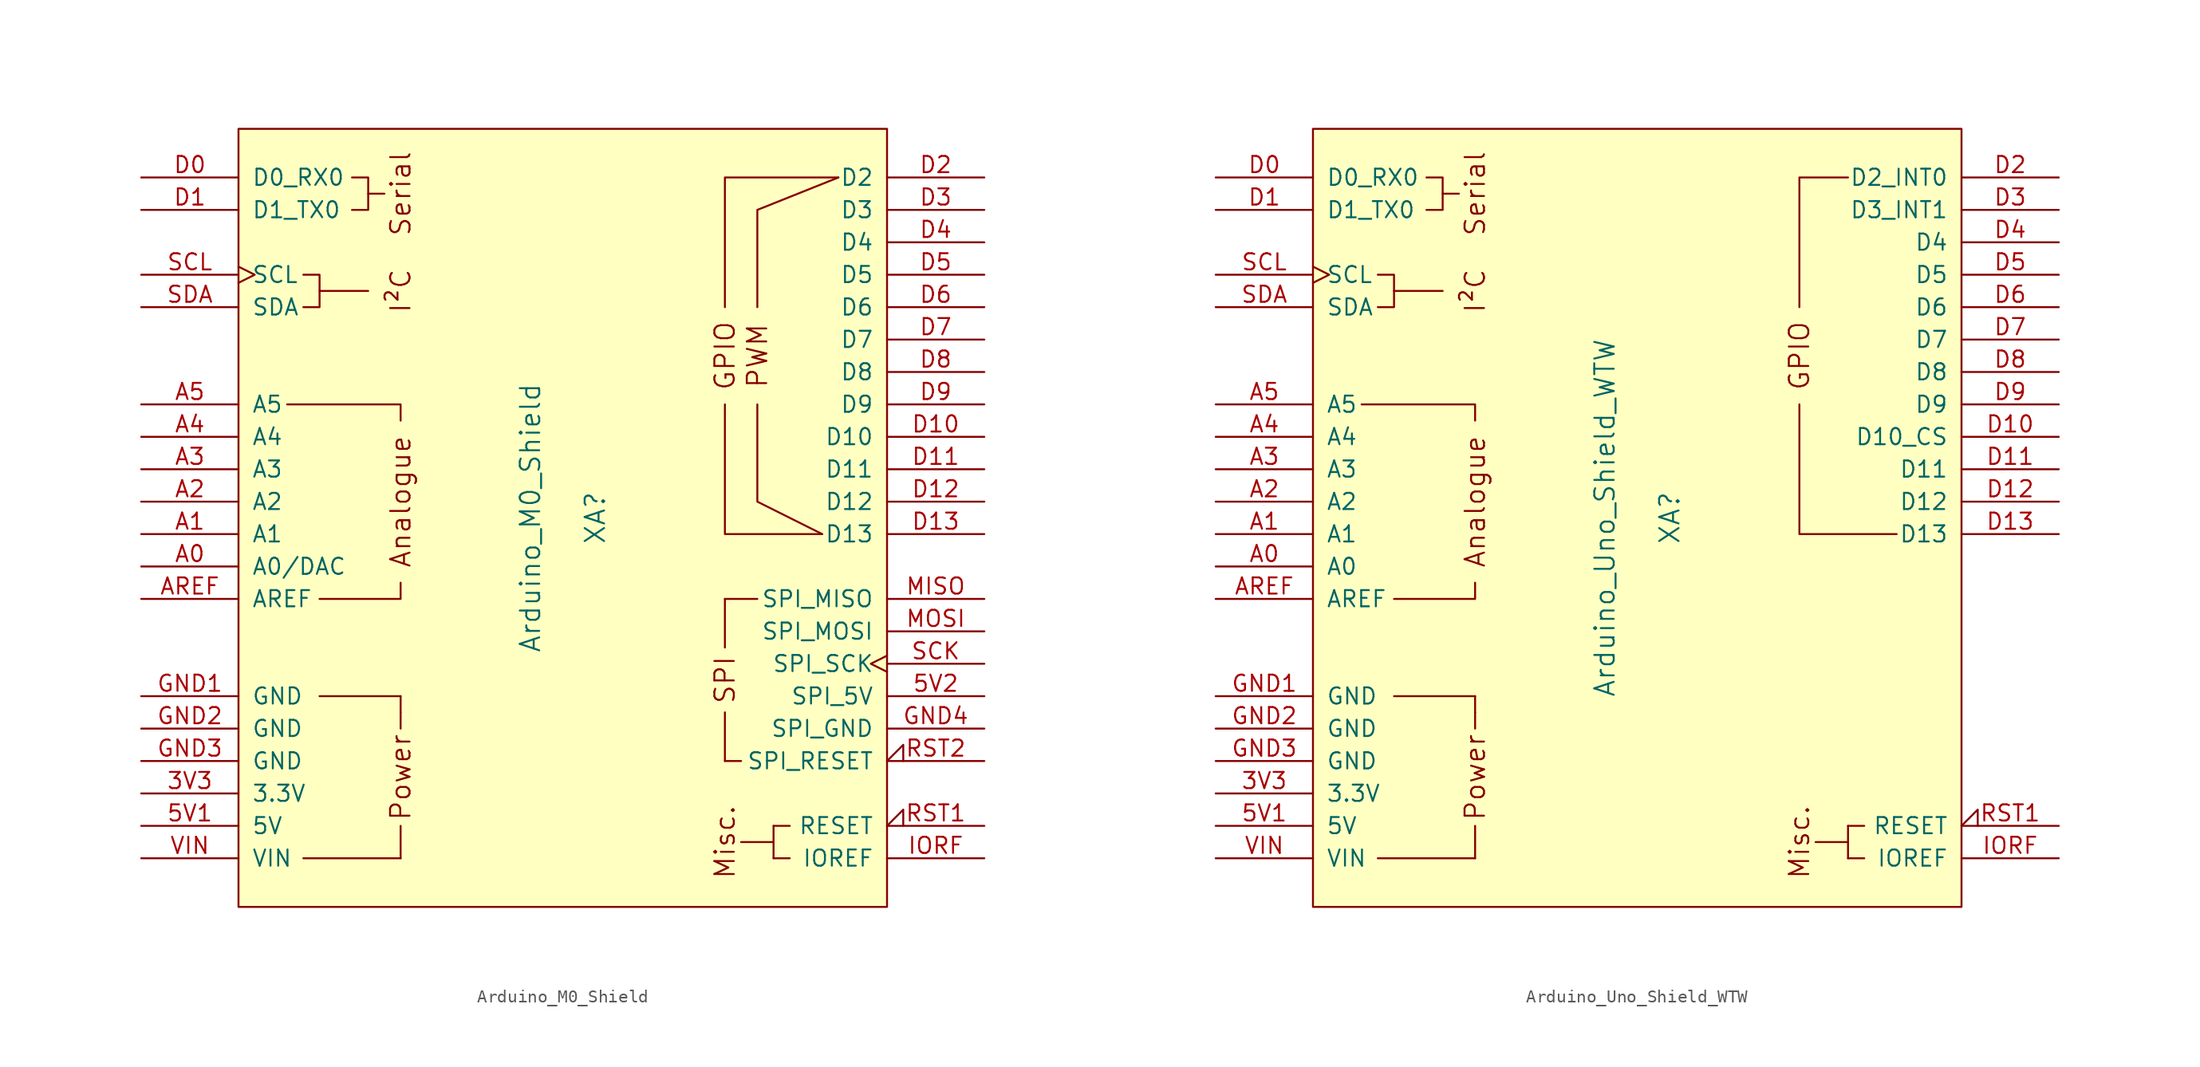
<source format=kicad_sym>
(kicad_symbol_lib
  (version 20211014)
  (generator kicad_symbol_editor)
  (symbol "Arduino_M0_Shield"
    (pin_names
      (offset 1.016))
    (property "Reference" "XA"
      (at 2.54 0 90)
      (effects (font (size 1.524 1.524))))
    (property "Value" "Arduino_M0_Shield"
      (at -2.54 0 90)
      (effects (font (size 1.524 1.524))))
    (symbol "Arduino_M0_Shield_0_0"
      (rectangle (start -25.4 30.48) (end 25.4 -30.48) (stroke (width 0) (type default) (color 0 0 0 0)) (fill (type background)))
      (rectangle (start -20.32 -26.67) (end -12.7 -26.67) (stroke (width 0) (type default) (color 0 0 0 0)) (fill (type none)))
      (rectangle (start -19.05 -13.97) (end -12.7 -13.97) (stroke (width 0) (type default) (color 0 0 0 0)) (fill (type none)))
      (polyline (pts (xy -19.05 17.78) (xy -15.24 17.78)) (stroke (width 0) (type default) (color 0 0 0 0)) (fill (type none)))
      (polyline (pts (xy -15.24 25.4) (xy -13.97 25.4)) (stroke (width 0) (type default) (color 0 0 0 0)) (fill (type none)))
      (polyline (pts (xy -12.7 -26.67) (xy -12.7 -24.13)) (stroke (width 0) (type default) (color 0 0 0 0)) (fill (type none)))
      (polyline (pts (xy -12.7 -15.24) (xy -12.7 -16.51)) (stroke (width 0) (type default) (color 0 0 0 0)) (fill (type none)))
      (polyline (pts (xy -12.7 -13.97) (xy -12.7 -15.24)) (stroke (width 0) (type default) (color 0 0 0 0)) (fill (type none)))
      (polyline (pts (xy -12.7 -5.08) (xy -12.7 -6.35) (xy -19.05 -6.35)) (stroke (width 0) (type default) (color 0 0 0 0)) (fill (type none)))
      (polyline (pts (xy -12.7 7.62) (xy -12.7 8.89) (xy -21.59 8.89)) (stroke (width 0) (type default) (color 0 0 0 0)) (fill (type none)))
      (polyline (pts (xy 12.7 8.89) (xy 12.7 -1.27) (xy 20.32 -1.27)) (stroke (width 0) (type default) (color 0 0 0 0)) (fill (type none)))
      (polyline (pts (xy 12.7 16.51) (xy 12.7 26.67) (xy 21.59 26.67)) (stroke (width 0) (type default) (color 0 0 0 0)) (fill (type none)))
      (polyline (pts (xy 15.24 8.89) (xy 15.24 1.27) (xy 20.32 -1.27)) (stroke (width 0) (type default) (color 0 0 0 0)) (fill (type none)))
      (polyline (pts (xy 15.24 16.51) (xy 15.24 24.13) (xy 21.59 26.67)) (stroke (width 0) (type default) (color 0 0 0 0)) (fill (type none)))
      (polyline (pts (xy -20.32 19.05) (xy -19.05 19.05) (xy -19.05 16.51) (xy -20.32 16.51)) (stroke (width 0) (type default) (color 0 0 0 0)) (fill (type none)))
      (polyline (pts (xy -16.51 26.67) (xy -15.24 26.67) (xy -15.24 24.13) (xy -16.51 24.13)) (stroke (width 0) (type default) (color 0 0 0 0)) (fill (type none)))
      (rectangle (start 12.7 -19.05) (end 12.7 -15.24) (stroke (width 0) (type default) (color 0 0 0 0)) (fill (type none)))
      (rectangle (start 12.7 -10.16) (end 12.7 -6.35) (stroke (width 0) (type default) (color 0 0 0 0)) (fill (type none)))
      (rectangle (start 13.97 -19.05) (end 12.7 -19.05) (stroke (width 0) (type default) (color 0 0 0 0)) (fill (type none)))
      (rectangle (start 15.24 -6.35) (end 12.7 -6.35) (stroke (width 0) (type default) (color 0 0 0 0)) (fill (type none)))
      (rectangle (start 16.51 -25.4) (end 13.97 -25.4) (stroke (width 0) (type default) (color 0 0 0 0)) (fill (type none)))
      (rectangle (start 16.51 -24.13) (end 16.51 -26.67) (stroke (width 0) (type default) (color 0 0 0 0)) (fill (type none)))
      (rectangle (start 17.78 -26.67) (end 16.51 -26.67) (stroke (width 0) (type default) (color 0 0 0 0)) (fill (type none)))
      (rectangle (start 17.78 -24.13) (end 16.51 -24.13) (stroke (width 0) (type default) (color 0 0 0 0)) (fill (type none)))
      (text "Analogue" (at -12.7 1.27 900) (effects (font (size 1.524 1.524))))
      (text "I²C" (at -12.7 17.78 900) (effects (font (size 1.524 1.524))))
      (text "Misc." (at 12.7 -25.4 900) (effects (font (size 1.524 1.524))))
      (text "Power" (at -12.7 -20.32 900) (effects (font (size 1.524 1.524))))
      (text "PWM" (at 15.24 12.7 900) (effects (font (size 1.524 1.524))))
      (text "Serial" (at -12.7 25.4 900) (effects (font (size 1.524 1.524))))
      (text "SPI" (at 12.7 -12.7 900) (effects (font (size 1.524 1.524)))))
    (symbol "Arduino_M0_Shield_1_0"
      (text "GPIO" (at 12.7 12.7 900) (effects (font (size 1.524 1.524)))))
    (symbol "Arduino_M0_Shield_1_1"
      (pin power_in line (at -33.02 -21.59 0) (length 7.62) (name "3.3V" (effects (font (size 1.27 1.27)))) (number "3V3" (effects (font (size 1.27 1.27)))))
      (pin power_in line (at -33.02 -24.13 0) (length 7.62) (name "5V" (effects (font (size 1.27 1.27)))) (number "5V1" (effects (font (size 1.27 1.27)))))
      (pin power_in line (at 33.02 -13.97 180) (length 7.62) (name "SPI_5V" (effects (font (size 1.27 1.27)))) (number "5V2" (effects (font (size 1.27 1.27)))))
      (pin bidirectional line (at -33.02 -3.81 0) (length 7.62) (name "A0/DAC" (effects (font (size 1.27 1.27)))) (number "A0" (effects (font (size 1.27 1.27)))))
      (pin bidirectional line (at -33.02 -1.27 0) (length 7.62) (name "A1" (effects (font (size 1.27 1.27)))) (number "A1" (effects (font (size 1.27 1.27)))))
      (pin bidirectional line (at -33.02 1.27 0) (length 7.62) (name "A2" (effects (font (size 1.27 1.27)))) (number "A2" (effects (font (size 1.27 1.27)))))
      (pin bidirectional line (at -33.02 3.81 0) (length 7.62) (name "A3" (effects (font (size 1.27 1.27)))) (number "A3" (effects (font (size 1.27 1.27)))))
      (pin bidirectional line (at -33.02 6.35 0) (length 7.62) (name "A4" (effects (font (size 1.27 1.27)))) (number "A4" (effects (font (size 1.27 1.27)))))
      (pin bidirectional line (at -33.02 8.89 0) (length 7.62) (name "A5" (effects (font (size 1.27 1.27)))) (number "A5" (effects (font (size 1.27 1.27)))))
      (pin input line (at -33.02 -6.35 0) (length 7.62) (name "AREF" (effects (font (size 1.27 1.27)))) (number "AREF" (effects (font (size 1.27 1.27)))))
      (pin bidirectional line (at -33.02 26.67 0) (length 7.62) (name "D0_RX0" (effects (font (size 1.27 1.27)))) (number "D0" (effects (font (size 1.27 1.27)))))
      (pin bidirectional line (at -33.02 24.13 0) (length 7.62) (name "D1_TX0" (effects (font (size 1.27 1.27)))) (number "D1" (effects (font (size 1.27 1.27)))))
      (pin bidirectional line (at 33.02 6.35 180) (length 7.62) (name "D10" (effects (font (size 1.27 1.27)))) (number "D10" (effects (font (size 1.27 1.27)))))
      (pin bidirectional line (at 33.02 3.81 180) (length 7.62) (name "D11" (effects (font (size 1.27 1.27)))) (number "D11" (effects (font (size 1.27 1.27)))))
      (pin bidirectional line (at 33.02 1.27 180) (length 7.62) (name "D12" (effects (font (size 1.27 1.27)))) (number "D12" (effects (font (size 1.27 1.27)))))
      (pin bidirectional line (at 33.02 -1.27 180) (length 7.62) (name "D13" (effects (font (size 1.27 1.27)))) (number "D13" (effects (font (size 1.27 1.27)))))
      (pin bidirectional line (at 33.02 26.67 180) (length 7.62) (name "D2" (effects (font (size 1.27 1.27)))) (number "D2" (effects (font (size 1.27 1.27)))))
      (pin bidirectional line (at 33.02 24.13 180) (length 7.62) (name "D3" (effects (font (size 1.27 1.27)))) (number "D3" (effects (font (size 1.27 1.27)))))
      (pin bidirectional line (at 33.02 21.59 180) (length 7.62) (name "D4" (effects (font (size 1.27 1.27)))) (number "D4" (effects (font (size 1.27 1.27)))))
      (pin bidirectional line (at 33.02 19.05 180) (length 7.62) (name "D5" (effects (font (size 1.27 1.27)))) (number "D5" (effects (font (size 1.27 1.27)))))
      (pin bidirectional line (at 33.02 16.51 180) (length 7.62) (name "D6" (effects (font (size 1.27 1.27)))) (number "D6" (effects (font (size 1.27 1.27)))))
      (pin bidirectional line (at 33.02 13.97 180) (length 7.62) (name "D7" (effects (font (size 1.27 1.27)))) (number "D7" (effects (font (size 1.27 1.27)))))
      (pin bidirectional line (at 33.02 11.43 180) (length 7.62) (name "D8" (effects (font (size 1.27 1.27)))) (number "D8" (effects (font (size 1.27 1.27)))))
      (pin bidirectional line (at 33.02 8.89 180) (length 7.62) (name "D9" (effects (font (size 1.27 1.27)))) (number "D9" (effects (font (size 1.27 1.27)))))
      (pin power_in line (at -33.02 -13.97 0) (length 7.62) (name "GND" (effects (font (size 1.27 1.27)))) (number "GND1" (effects (font (size 1.27 1.27)))))
      (pin power_in line (at -33.02 -16.51 0) (length 7.62) (name "GND" (effects (font (size 1.27 1.27)))) (number "GND2" (effects (font (size 1.27 1.27)))))
      (pin power_in line (at -33.02 -19.05 0) (length 7.62) (name "GND" (effects (font (size 1.27 1.27)))) (number "GND3" (effects (font (size 1.27 1.27)))))
      (pin power_in line (at 33.02 -16.51 180) (length 7.62) (name "SPI_GND" (effects (font (size 1.27 1.27)))) (number "GND4" (effects (font (size 1.27 1.27)))))
      (pin output line (at 33.02 -26.67 180) (length 7.62) (name "IOREF" (effects (font (size 1.27 1.27)))) (number "IORF" (effects (font (size 1.27 1.27)))))
      (pin input line (at 33.02 -6.35 180) (length 7.62) (name "SPI_MISO" (effects (font (size 1.27 1.27)))) (number "MISO" (effects (font (size 1.27 1.27)))))
      (pin output line (at 33.02 -8.89 180) (length 7.62) (name "SPI_MOSI" (effects (font (size 1.27 1.27)))) (number "MOSI" (effects (font (size 1.27 1.27)))))
      (pin open_collector input_low (at 33.02 -24.13 180) (length 7.62) (name "RESET" (effects (font (size 1.27 1.27)))) (number "RST1" (effects (font (size 1.27 1.27)))))
      (pin open_collector input_low (at 33.02 -19.05 180) (length 7.62) (name "SPI_RESET" (effects (font (size 1.27 1.27)))) (number "RST2" (effects (font (size 1.27 1.27)))))
      (pin output clock (at 33.02 -11.43 180) (length 7.62) (name "SPI_SCK" (effects (font (size 1.27 1.27)))) (number "SCK" (effects (font (size 1.27 1.27)))))
      (pin bidirectional clock (at -33.02 19.05 0) (length 7.62) (name "SCL" (effects (font (size 1.27 1.27)))) (number "SCL" (effects (font (size 1.27 1.27)))))
      (pin bidirectional line (at -33.02 16.51 0) (length 7.62) (name "SDA" (effects (font (size 1.27 1.27)))) (number "SDA" (effects (font (size 1.27 1.27)))))
      (pin power_in line (at -33.02 -26.67 0) (length 7.62) (name "VIN" (effects (font (size 1.27 1.27)))) (number "VIN" (effects (font (size 1.27 1.27)))))))
  (symbol "Arduino_Uno_Shield_WTW"
    (pin_names
      (offset 1.016))
    (property "Reference" "XA"
      (at 2.54 0 90)
      (effects (font (size 1.524 1.524))))
    (property "Value" "Arduino_Uno_Shield_WTW"
      (at -2.54 0 90)
      (effects (font (size 1.524 1.524))))
    (symbol "Arduino_Uno_Shield_WTW_0_0"
      (rectangle (start -25.4 30.48) (end 25.4 -30.48) (stroke (width 0) (type default) (color 0 0 0 0)) (fill (type background)))
      (rectangle (start -20.32 -26.67) (end -12.7 -26.67) (stroke (width 0) (type default) (color 0 0 0 0)) (fill (type none)))
      (rectangle (start -19.05 -13.97) (end -12.7 -13.97) (stroke (width 0) (type default) (color 0 0 0 0)) (fill (type none)))
      (polyline (pts (xy -19.05 17.78) (xy -15.24 17.78)) (stroke (width 0) (type default) (color 0 0 0 0)) (fill (type none)))
      (polyline (pts (xy -15.24 25.4) (xy -13.97 25.4)) (stroke (width 0) (type default) (color 0 0 0 0)) (fill (type none)))
      (polyline (pts (xy -12.7 -26.67) (xy -12.7 -24.13)) (stroke (width 0) (type default) (color 0 0 0 0)) (fill (type none)))
      (polyline (pts (xy -12.7 -15.24) (xy -12.7 -16.51)) (stroke (width 0) (type default) (color 0 0 0 0)) (fill (type none)))
      (polyline (pts (xy -12.7 -13.97) (xy -12.7 -15.24)) (stroke (width 0) (type default) (color 0 0 0 0)) (fill (type none)))
      (polyline (pts (xy -12.7 -5.08) (xy -12.7 -6.35) (xy -19.05 -6.35)) (stroke (width 0) (type default) (color 0 0 0 0)) (fill (type none)))
      (polyline (pts (xy -12.7 7.62) (xy -12.7 8.89) (xy -21.59 8.89)) (stroke (width 0) (type default) (color 0 0 0 0)) (fill (type none)))
      (polyline (pts (xy 12.7 8.89) (xy 12.7 -1.27) (xy 20.32 -1.27)) (stroke (width 0) (type default) (color 0 0 0 0)) (fill (type none)))
      (polyline (pts (xy 12.7 16.51) (xy 12.7 26.67) (xy 16.51 26.67)) (stroke (width 0) (type default) (color 0 0 0 0)) (fill (type none)))
      (polyline (pts (xy -20.32 19.05) (xy -19.05 19.05) (xy -19.05 16.51) (xy -20.32 16.51)) (stroke (width 0) (type default) (color 0 0 0 0)) (fill (type none)))
      (polyline (pts (xy -16.51 26.67) (xy -15.24 26.67) (xy -15.24 24.13) (xy -16.51 24.13)) (stroke (width 0) (type default) (color 0 0 0 0)) (fill (type none)))
      (rectangle (start 16.51 -25.4) (end 13.97 -25.4) (stroke (width 0) (type default) (color 0 0 0 0)) (fill (type none)))
      (rectangle (start 16.51 -24.13) (end 16.51 -26.67) (stroke (width 0) (type default) (color 0 0 0 0)) (fill (type none)))
      (rectangle (start 17.78 -26.67) (end 16.51 -26.67) (stroke (width 0) (type default) (color 0 0 0 0)) (fill (type none)))
      (rectangle (start 17.78 -24.13) (end 16.51 -24.13) (stroke (width 0) (type default) (color 0 0 0 0)) (fill (type none)))
      (text "Analogue" (at -12.7 1.27 900) (effects (font (size 1.524 1.524))))
      (text "I²C" (at -12.7 17.78 900) (effects (font (size 1.524 1.524))))
      (text "Misc." (at 12.7 -25.4 900) (effects (font (size 1.524 1.524))))
      (text "Power" (at -12.7 -20.32 900) (effects (font (size 1.524 1.524))))
      (text "Serial" (at -12.7 25.4 900) (effects (font (size 1.524 1.524)))))
    (symbol "Arduino_Uno_Shield_WTW_1_0"
      (text "GPIO" (at 12.7 12.7 900) (effects (font (size 1.524 1.524)))))
    (symbol "Arduino_Uno_Shield_WTW_1_1"
      (pin power_in line (at -33.02 -21.59 0) (length 7.62) (name "3.3V" (effects (font (size 1.27 1.27)))) (number "3V3" (effects (font (size 1.27 1.27)))))
      (pin power_in line (at -33.02 -24.13 0) (length 7.62) (name "5V" (effects (font (size 1.27 1.27)))) (number "5V1" (effects (font (size 1.27 1.27)))))
      (pin bidirectional line (at -33.02 -3.81 0) (length 7.62) (name "A0" (effects (font (size 1.27 1.27)))) (number "A0" (effects (font (size 1.27 1.27)))))
      (pin bidirectional line (at -33.02 -1.27 0) (length 7.62) (name "A1" (effects (font (size 1.27 1.27)))) (number "A1" (effects (font (size 1.27 1.27)))))
      (pin bidirectional line (at -33.02 1.27 0) (length 7.62) (name "A2" (effects (font (size 1.27 1.27)))) (number "A2" (effects (font (size 1.27 1.27)))))
      (pin bidirectional line (at -33.02 3.81 0) (length 7.62) (name "A3" (effects (font (size 1.27 1.27)))) (number "A3" (effects (font (size 1.27 1.27)))))
      (pin bidirectional line (at -33.02 6.35 0) (length 7.62) (name "A4" (effects (font (size 1.27 1.27)))) (number "A4" (effects (font (size 1.27 1.27)))))
      (pin bidirectional line (at -33.02 8.89 0) (length 7.62) (name "A5" (effects (font (size 1.27 1.27)))) (number "A5" (effects (font (size 1.27 1.27)))))
      (pin input line (at -33.02 -6.35 0) (length 7.62) (name "AREF" (effects (font (size 1.27 1.27)))) (number "AREF" (effects (font (size 1.27 1.27)))))
      (pin bidirectional line (at -33.02 26.67 0) (length 7.62) (name "D0_RX0" (effects (font (size 1.27 1.27)))) (number "D0" (effects (font (size 1.27 1.27)))))
      (pin bidirectional line (at -33.02 24.13 0) (length 7.62) (name "D1_TX0" (effects (font (size 1.27 1.27)))) (number "D1" (effects (font (size 1.27 1.27)))))
      (pin bidirectional line (at 33.02 6.35 180) (length 7.62) (name "D10_CS" (effects (font (size 1.27 1.27)))) (number "D10" (effects (font (size 1.27 1.27)))))
      (pin bidirectional line (at 33.02 3.81 180) (length 7.62) (name "D11" (effects (font (size 1.27 1.27)))) (number "D11" (effects (font (size 1.27 1.27)))))
      (pin bidirectional line (at 33.02 1.27 180) (length 7.62) (name "D12" (effects (font (size 1.27 1.27)))) (number "D12" (effects (font (size 1.27 1.27)))))
      (pin bidirectional line (at 33.02 -1.27 180) (length 7.62) (name "D13" (effects (font (size 1.27 1.27)))) (number "D13" (effects (font (size 1.27 1.27)))))
      (pin bidirectional line (at 33.02 26.67 180) (length 7.62) (name "D2_INT0" (effects (font (size 1.27 1.27)))) (number "D2" (effects (font (size 1.27 1.27)))))
      (pin bidirectional line (at 33.02 24.13 180) (length 7.62) (name "D3_INT1" (effects (font (size 1.27 1.27)))) (number "D3" (effects (font (size 1.27 1.27)))))
      (pin bidirectional line (at 33.02 21.59 180) (length 7.62) (name "D4" (effects (font (size 1.27 1.27)))) (number "D4" (effects (font (size 1.27 1.27)))))
      (pin bidirectional line (at 33.02 19.05 180) (length 7.62) (name "D5" (effects (font (size 1.27 1.27)))) (number "D5" (effects (font (size 1.27 1.27)))))
      (pin bidirectional line (at 33.02 16.51 180) (length 7.62) (name "D6" (effects (font (size 1.27 1.27)))) (number "D6" (effects (font (size 1.27 1.27)))))
      (pin bidirectional line (at 33.02 13.97 180) (length 7.62) (name "D7" (effects (font (size 1.27 1.27)))) (number "D7" (effects (font (size 1.27 1.27)))))
      (pin bidirectional line (at 33.02 11.43 180) (length 7.62) (name "D8" (effects (font (size 1.27 1.27)))) (number "D8" (effects (font (size 1.27 1.27)))))
      (pin bidirectional line (at 33.02 8.89 180) (length 7.62) (name "D9" (effects (font (size 1.27 1.27)))) (number "D9" (effects (font (size 1.27 1.27)))))
      (pin power_in line (at -33.02 -13.97 0) (length 7.62) (name "GND" (effects (font (size 1.27 1.27)))) (number "GND1" (effects (font (size 1.27 1.27)))))
      (pin power_in line (at -33.02 -16.51 0) (length 7.62) (name "GND" (effects (font (size 1.27 1.27)))) (number "GND2" (effects (font (size 1.27 1.27)))))
      (pin power_in line (at -33.02 -19.05 0) (length 7.62) (name "GND" (effects (font (size 1.27 1.27)))) (number "GND3" (effects (font (size 1.27 1.27)))))
      (pin output line (at 33.02 -26.67 180) (length 7.62) (name "IOREF" (effects (font (size 1.27 1.27)))) (number "IORF" (effects (font (size 1.27 1.27)))))
      (pin open_collector input_low (at 33.02 -24.13 180) (length 7.62) (name "RESET" (effects (font (size 1.27 1.27)))) (number "RST1" (effects (font (size 1.27 1.27)))))
      (pin bidirectional clock (at -33.02 19.05 0) (length 7.62) (name "SCL" (effects (font (size 1.27 1.27)))) (number "SCL" (effects (font (size 1.27 1.27)))))
      (pin bidirectional line (at -33.02 16.51 0) (length 7.62) (name "SDA" (effects (font (size 1.27 1.27)))) (number "SDA" (effects (font (size 1.27 1.27)))))
      (pin power_in line (at -33.02 -26.67 0) (length 7.62) (name "VIN" (effects (font (size 1.27 1.27)))) (number "VIN" (effects (font (size 1.27 1.27))))))))
</source>
